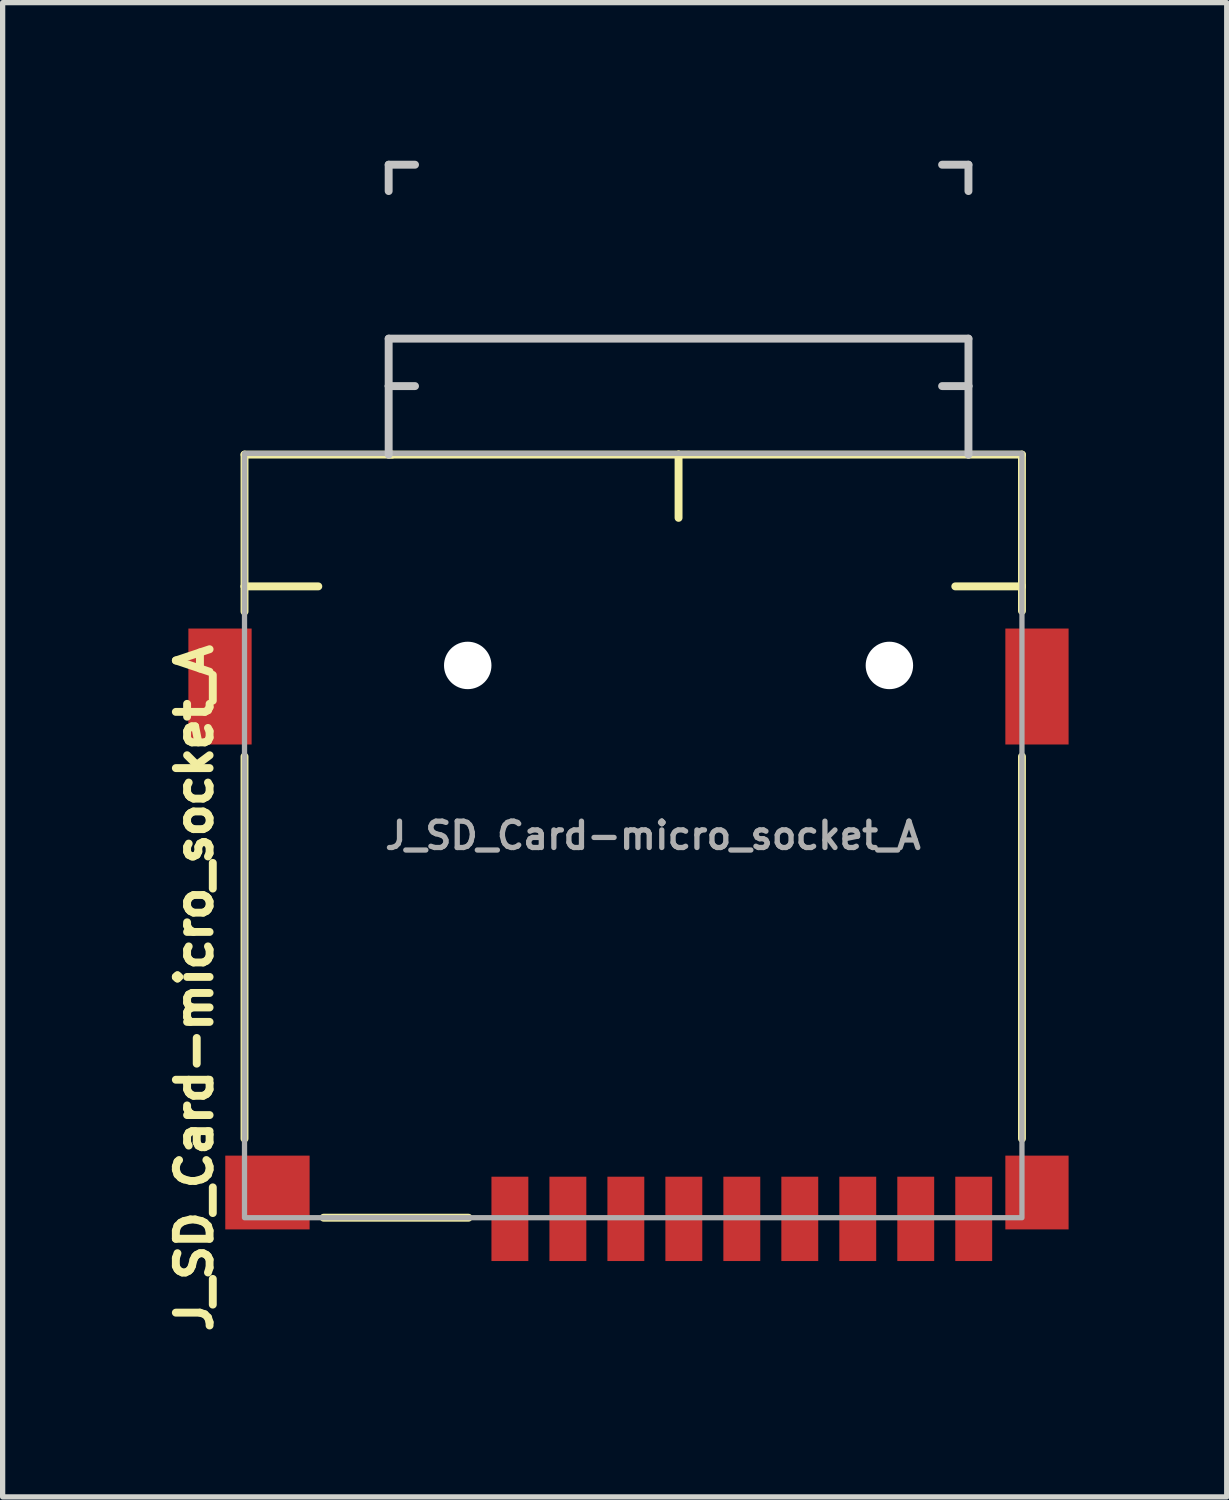
<source format=kicad_pcb>
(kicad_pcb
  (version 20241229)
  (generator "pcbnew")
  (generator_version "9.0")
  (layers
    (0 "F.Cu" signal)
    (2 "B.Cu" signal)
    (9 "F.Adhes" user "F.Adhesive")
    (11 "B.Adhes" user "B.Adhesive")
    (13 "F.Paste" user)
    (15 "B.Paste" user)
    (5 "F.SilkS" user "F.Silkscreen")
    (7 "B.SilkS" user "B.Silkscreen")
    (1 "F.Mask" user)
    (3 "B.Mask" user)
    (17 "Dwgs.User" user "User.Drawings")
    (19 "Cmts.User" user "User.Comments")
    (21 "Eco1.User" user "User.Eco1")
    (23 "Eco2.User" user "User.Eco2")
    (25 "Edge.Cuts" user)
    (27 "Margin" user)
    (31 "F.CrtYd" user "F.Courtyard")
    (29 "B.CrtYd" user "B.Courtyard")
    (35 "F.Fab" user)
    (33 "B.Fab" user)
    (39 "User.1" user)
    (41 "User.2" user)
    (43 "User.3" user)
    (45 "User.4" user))
  (footprint "J_SD_Card-micro_socket_A"
    (layer "F.Cu")
    (at 9.839 13.053)
    (property "Reference" "J_SD_Card-micro_socket_A" (at -9.201 2.645 270) (layer "F.SilkS") (effects (font (size 0.64 0.64) (thickness 0.15))))
    (attr smd)
    (fp_line (start -8.25 -7.478) (end -8.25 -4.978) (stroke (width 0.15) (type solid)) (layer "F.SilkS"))
    (fp_line (start -8.25 -4.978) (end -8.25 -4.5) (stroke (width 0.15) (type default)) (layer "F.SilkS"))
    (fp_line (start -8.25 -1.75) (end -8.25 5.5) (stroke (width 0.15) (type default)) (layer "F.SilkS"))
    (fp_line (start -6.85 -4.978) (end -8.25 -4.978) (stroke (width 0.15) (type solid)) (layer "F.SilkS"))
    (fp_line (start -6.75 7) (end -4 7) (stroke (width 0.15) (type default)) (layer "F.SilkS"))
    (fp_line (start -5.45 -7.478) (end -8.25 -7.478) (stroke (width 0.15) (type solid)) (layer "F.SilkS"))
    (fp_line (start -0.015 -7.478) (end -5.515 -7.478) (stroke (width 0.15) (type solid)) (layer "F.SilkS"))
    (fp_line (start -0.015 -6.278) (end -0.015 -7.478) (stroke (width 0.15) (type solid)) (layer "F.SilkS"))
    (fp_line (start 5.235 -4.978) (end 6.5 -4.978) (stroke (width 0.15) (type solid)) (layer "F.SilkS"))
    (fp_line (start 5.485 -7.478) (end -0.015 -7.478) (stroke (width 0.15) (type solid)) (layer "F.SilkS"))
    (fp_line (start 6.5 -7.478) (end 5.485 -7.478) (stroke (width 0.15) (type solid)) (layer "F.SilkS"))
    (fp_line (start 6.5 -7.478) (end 6.5 -4.978) (stroke (width 0.15) (type solid)) (layer "F.SilkS"))
    (fp_line (start 6.5 -4.989) (end 6.5 -4.511) (stroke (width 0.15) (type default)) (layer "F.SilkS"))
    (fp_line (start 6.5 -1.75) (end 6.5 5.5) (stroke (width 0.15) (type default)) (layer "F.SilkS"))
    (fp_line (start -5.515 -12.978) (end -5.515 -12.478) (stroke (width 0.15) (type solid)) (layer "Dwgs.User"))
    (fp_line (start -5.515 -9.678) (end -5.515 -8.778) (stroke (width 0.15) (type solid)) (layer "Dwgs.User"))
    (fp_line (start -5.515 -8.778) (end -5.515 -7.478) (stroke (width 0.15) (type solid)) (layer "Dwgs.User"))
    (fp_line (start -5.015 -12.978) (end -5.515 -12.978) (stroke (width 0.15) (type solid)) (layer "Dwgs.User"))
    (fp_line (start -5.015 -8.778) (end -5.515 -8.778) (stroke (width 0.15) (type solid)) (layer "Dwgs.User"))
    (fp_line (start 4.985 -12.978) (end 5.485 -12.978) (stroke (width 0.15) (type solid)) (layer "Dwgs.User"))
    (fp_line (start 4.985 -8.778) (end 5.485 -8.778) (stroke (width 0.15) (type solid)) (layer "Dwgs.User"))
    (fp_line (start 5.485 -12.978) (end 5.485 -12.478) (stroke (width 0.15) (type solid)) (layer "Dwgs.User"))
    (fp_line (start 5.485 -9.678) (end -5.515 -9.678) (stroke (width 0.15) (type solid)) (layer "Dwgs.User"))
    (fp_line (start 5.485 -9.678) (end 5.485 -8.778) (stroke (width 0.15) (type solid)) (layer "Dwgs.User"))
    (fp_line (start 5.485 -8.778) (end 5.485 -7.478) (stroke (width 0.15) (type solid)) (layer "Dwgs.User"))
    (fp_rect (start -8.25 -7.5) (end 6.5 7) (stroke (width 0.1) (type solid)) (fill no) (layer "F.Fab"))
    (fp_text user "${REFERENCE}" (at -0.5 -0.25 0) (layer "F.Fab") (effects (font (size 0.5 0.5) (thickness 0.1))))
    (pad "" np_thru_hole circle (at -4.015 -3.478) (size 0.9 0.9) (drill 0.9) (layers "*.Cu" "*.Mask"))
    (pad "" np_thru_hole circle (at 3.985 -3.478) (size 0.9 0.9) (drill 0.9) (layers "*.Cu" "*.Mask"))
    (pad "1" smd rect (at -3.215 7.022) (size 0.7 1.6) (layers "F.Cu" "F.Mask" "F.Paste"))
    (pad "2" smd rect (at -2.115 7.022) (size 0.7 1.6) (layers "F.Cu" "F.Mask" "F.Paste"))
    (pad "3" smd rect (at -1.015 7.022) (size 0.7 1.6) (layers "F.Cu" "F.Mask" "F.Paste"))
    (pad "4" smd rect (at 0.085 7.022) (size 0.7 1.6) (layers "F.Cu" "F.Mask" "F.Paste"))
    (pad "5" smd rect (at 1.185 7.022) (size 0.7 1.6) (layers "F.Cu" "F.Mask" "F.Paste"))
    (pad "6" smd rect (at 2.285 7.022) (size 0.7 1.6) (layers "F.Cu" "F.Mask" "F.Paste"))
    (pad "7" smd rect (at 3.385 7.022) (size 0.7 1.6) (layers "F.Cu" "F.Mask" "F.Paste"))
    (pad "8" smd rect (at 4.485 7.022) (size 0.7 1.6) (layers "F.Cu" "F.Mask" "F.Paste"))
    (pad "9" smd rect (at 5.585 7.022) (size 0.7 1.6) (layers "F.Cu" "F.Mask" "F.Paste"))
    (pad "10" smd rect (at -8.715 -3.078) (size 1.2 2.2) (layers "F.Cu" "F.Mask" "F.Paste"))
    (pad "10" smd rect (at -7.815 6.522) (size 1.6 1.4) (layers "F.Cu" "F.Mask" "F.Paste"))
    (pad "10" smd rect (at 6.785 -3.078) (size 1.2 2.2) (layers "F.Cu" "F.Mask" "F.Paste"))
    (pad "10" smd rect (at 6.785 6.522) (size 1.2 1.4) (layers "F.Cu" "F.Mask" "F.Paste")))
  (gr_rect
    (start -3 -3)
    (end 20.224 25.35)
    (stroke (width 0.1) (type default))
    (fill no)
    (layer "Edge.Cuts")))
</source>
